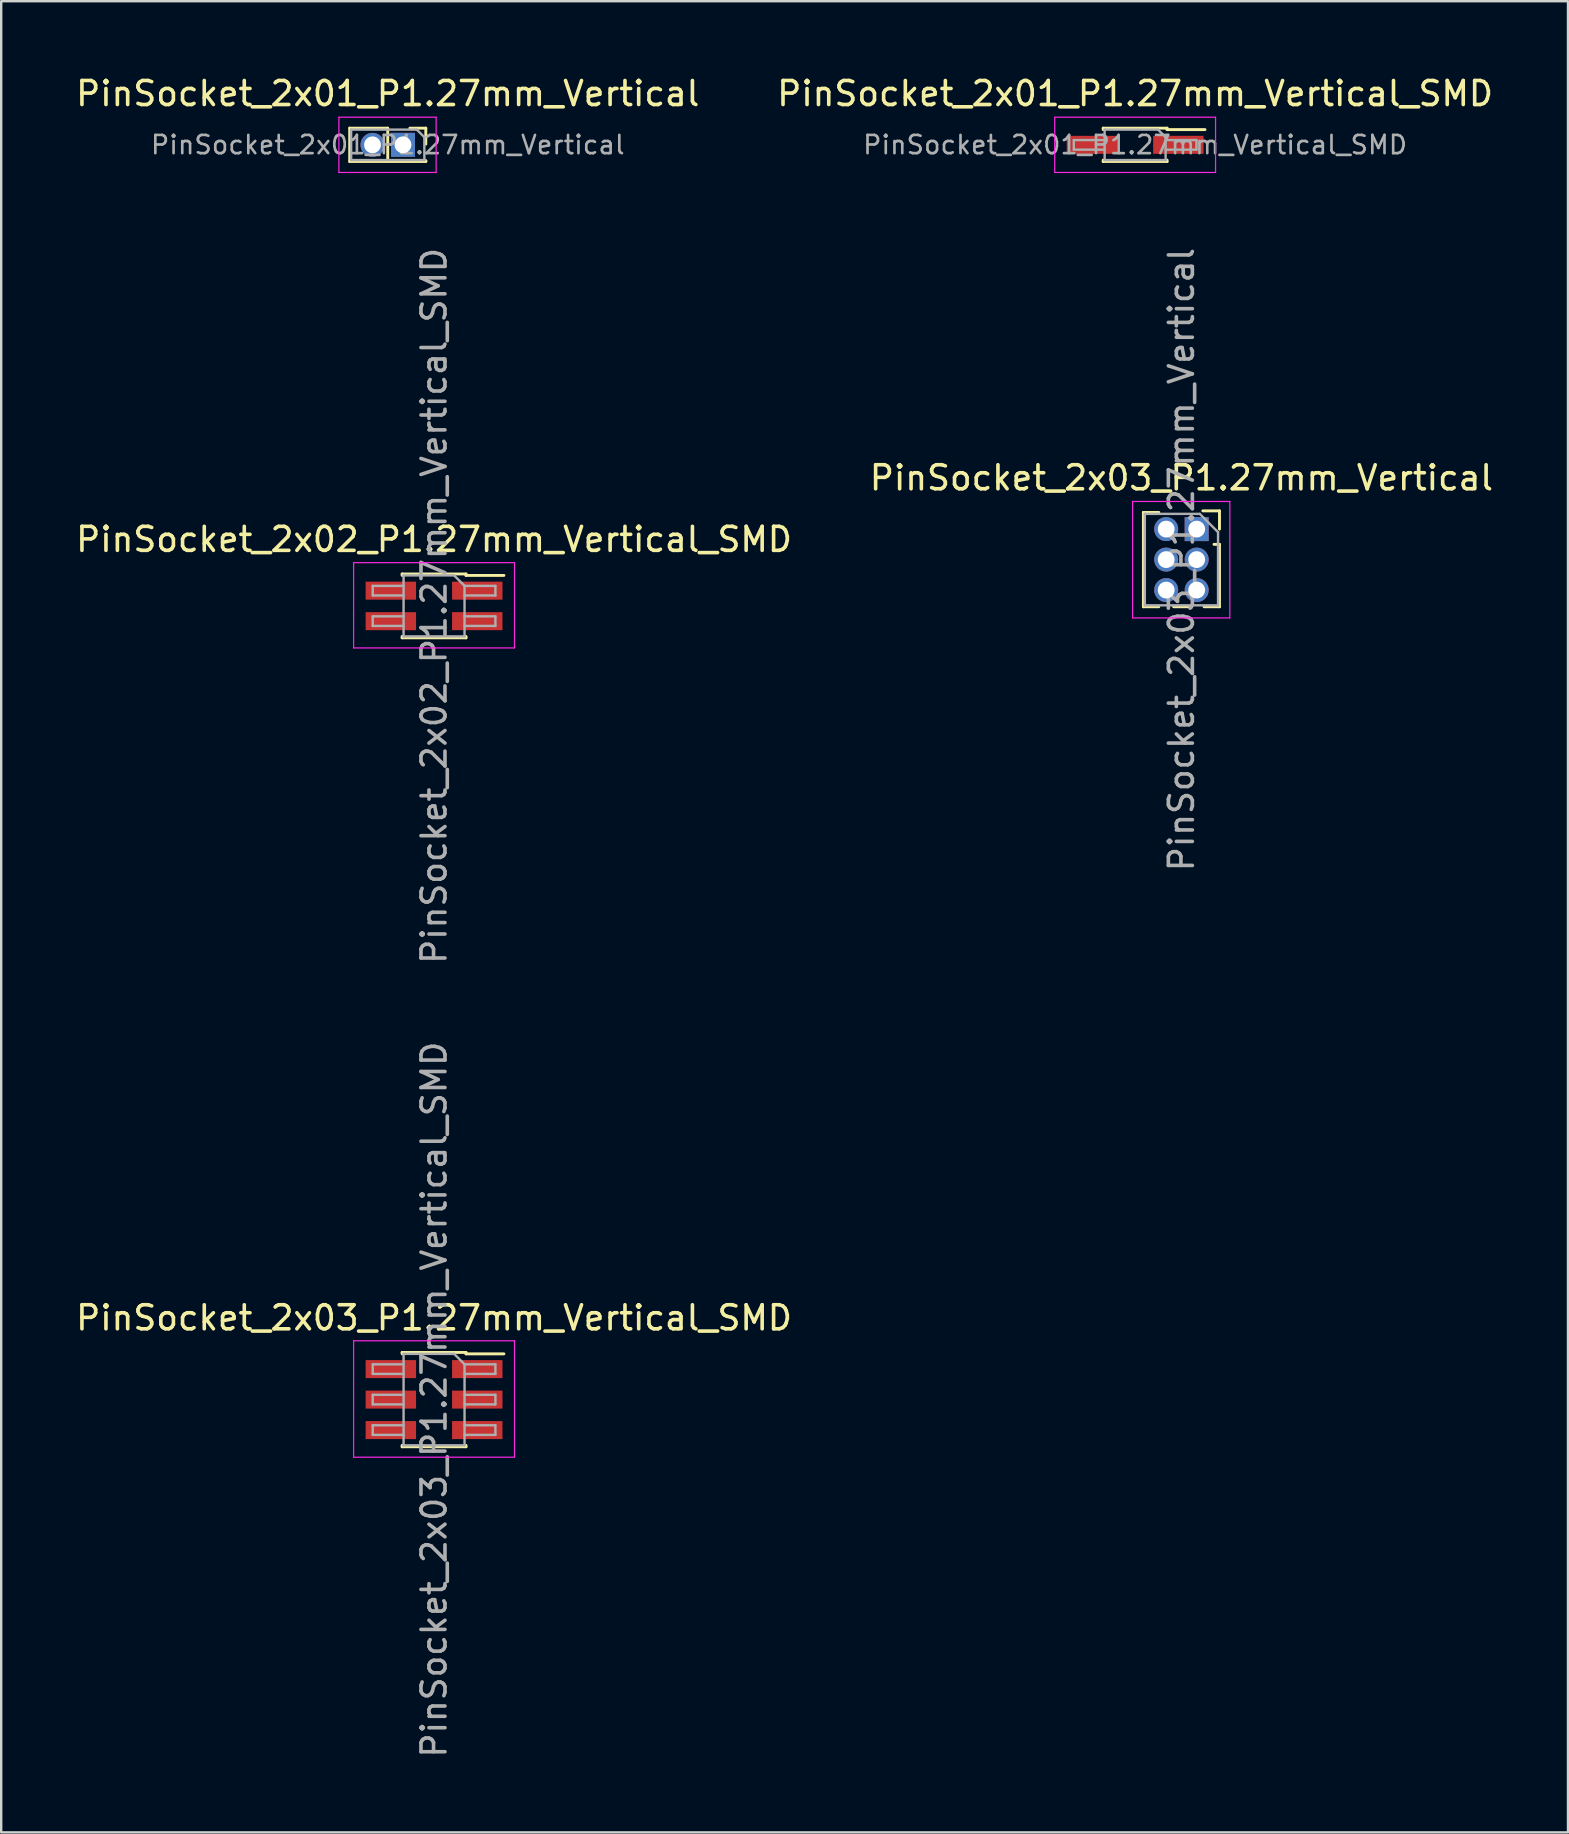
<source format=kicad_pcb>
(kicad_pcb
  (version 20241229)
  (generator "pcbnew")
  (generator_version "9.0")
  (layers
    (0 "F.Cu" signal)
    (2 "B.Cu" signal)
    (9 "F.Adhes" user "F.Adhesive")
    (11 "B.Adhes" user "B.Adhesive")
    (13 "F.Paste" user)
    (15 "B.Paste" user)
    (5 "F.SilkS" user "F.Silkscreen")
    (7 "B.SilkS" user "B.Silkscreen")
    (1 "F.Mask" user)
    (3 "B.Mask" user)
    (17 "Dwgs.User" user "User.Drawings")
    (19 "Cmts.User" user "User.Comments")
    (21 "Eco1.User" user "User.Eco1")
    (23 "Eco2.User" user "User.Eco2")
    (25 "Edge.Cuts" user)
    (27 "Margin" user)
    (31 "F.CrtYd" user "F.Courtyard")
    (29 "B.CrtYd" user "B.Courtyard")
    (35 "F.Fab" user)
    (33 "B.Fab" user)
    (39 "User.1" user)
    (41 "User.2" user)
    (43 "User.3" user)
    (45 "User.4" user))
  (footprint "PinSocket_2x03_P1.27mm_Vertical_SMD"
    (layer "F.Cu")
    (at 15.03 55.248)
    (property "Reference" "PinSocket_2x03_P1.27mm_Vertical_SMD" (at 0 -3.405 0) (layer "F.SilkS") (effects (font (size 1 1) (thickness 0.15))))
    (attr smd)
    (fp_line (start -1.33 -1.965) (end 1.33 -1.965) (stroke (width 0.12) (type solid)) (layer "F.SilkS"))
    (fp_line (start -1.33 -1.905) (end -1.33 -1.965) (stroke (width 0.12) (type solid)) (layer "F.SilkS"))
    (fp_line (start -1.33 1.965) (end -1.33 1.905) (stroke (width 0.12) (type solid)) (layer "F.SilkS"))
    (fp_line (start 1.33 -1.965) (end 1.33 -1.905) (stroke (width 0.12) (type solid)) (layer "F.SilkS"))
    (fp_line (start 1.33 -1.905) (end 2.91 -1.905) (stroke (width 0.12) (type solid)) (layer "F.SilkS"))
    (fp_line (start 1.33 1.905) (end 1.33 1.965) (stroke (width 0.12) (type solid)) (layer "F.SilkS"))
    (fp_line (start 1.33 1.965) (end -1.33 1.965) (stroke (width 0.12) (type solid)) (layer "F.SilkS"))
    (fp_line (start -3.35 -2.45) (end 3.35 -2.45) (stroke (width 0.05) (type solid)) (layer "F.CrtYd"))
    (fp_line (start -3.35 2.4) (end -3.35 -2.45) (stroke (width 0.05) (type solid)) (layer "F.CrtYd"))
    (fp_line (start 3.35 -2.45) (end 3.35 2.4) (stroke (width 0.05) (type solid)) (layer "F.CrtYd"))
    (fp_line (start 3.35 2.4) (end -3.35 2.4) (stroke (width 0.05) (type solid)) (layer "F.CrtYd"))
    (fp_line (start -2.555 -1.47) (end -1.27 -1.47) (stroke (width 0.1) (type solid)) (layer "F.Fab"))
    (fp_line (start -2.555 -1.07) (end -2.555 -1.47) (stroke (width 0.1) (type solid)) (layer "F.Fab"))
    (fp_line (start -2.555 -0.2) (end -1.27 -0.2) (stroke (width 0.1) (type solid)) (layer "F.Fab"))
    (fp_line (start -2.555 0.2) (end -2.555 -0.2) (stroke (width 0.1) (type solid)) (layer "F.Fab"))
    (fp_line (start -2.555 1.07) (end -1.27 1.07) (stroke (width 0.1) (type solid)) (layer "F.Fab"))
    (fp_line (start -2.555 1.47) (end -2.555 1.07) (stroke (width 0.1) (type solid)) (layer "F.Fab"))
    (fp_line (start -1.27 -1.905) (end 0.835 -1.905) (stroke (width 0.1) (type solid)) (layer "F.Fab"))
    (fp_line (start -1.27 -1.07) (end -2.555 -1.07) (stroke (width 0.1) (type solid)) (layer "F.Fab"))
    (fp_line (start -1.27 0.2) (end -2.555 0.2) (stroke (width 0.1) (type solid)) (layer "F.Fab"))
    (fp_line (start -1.27 1.47) (end -2.555 1.47) (stroke (width 0.1) (type solid)) (layer "F.Fab"))
    (fp_line (start -1.27 1.905) (end -1.27 -1.905) (stroke (width 0.1) (type solid)) (layer "F.Fab"))
    (fp_line (start 0.835 -1.905) (end 1.27 -1.47) (stroke (width 0.1) (type solid)) (layer "F.Fab"))
    (fp_line (start 1.27 -1.47) (end 1.27 1.905) (stroke (width 0.1) (type solid)) (layer "F.Fab"))
    (fp_line (start 1.27 -1.47) (end 2.555 -1.47) (stroke (width 0.1) (type solid)) (layer "F.Fab"))
    (fp_line (start 1.27 -0.2) (end 2.555 -0.2) (stroke (width 0.1) (type solid)) (layer "F.Fab"))
    (fp_line (start 1.27 1.07) (end 2.555 1.07) (stroke (width 0.1) (type solid)) (layer "F.Fab"))
    (fp_line (start 1.27 1.905) (end -1.27 1.905) (stroke (width 0.1) (type solid)) (layer "F.Fab"))
    (fp_line (start 2.555 -1.47) (end 2.555 -1.07) (stroke (width 0.1) (type solid)) (layer "F.Fab"))
    (fp_line (start 2.555 -1.07) (end 1.27 -1.07) (stroke (width 0.1) (type solid)) (layer "F.Fab"))
    (fp_line (start 2.555 -0.2) (end 2.555 0.2) (stroke (width 0.1) (type solid)) (layer "F.Fab"))
    (fp_line (start 2.555 0.2) (end 1.27 0.2) (stroke (width 0.1) (type solid)) (layer "F.Fab"))
    (fp_line (start 2.555 1.07) (end 2.555 1.47) (stroke (width 0.1) (type solid)) (layer "F.Fab"))
    (fp_line (start 2.555 1.47) (end 1.27 1.47) (stroke (width 0.1) (type solid)) (layer "F.Fab"))
    (fp_text user "${REFERENCE}" (at 0 0 90) (layer "F.Fab") (effects (font (size 1 1) (thickness 0.15))))
    (pad "1" smd rect (at 1.8 -1.27) (size 2.1 0.75) (layers "F.Cu" "F.Mask" "F.Paste"))
    (pad "2" smd rect (at -1.8 -1.27) (size 2.1 0.75) (layers "F.Cu" "F.Mask" "F.Paste"))
    (pad "3" smd rect (at 1.8 0) (size 2.1 0.75) (layers "F.Cu" "F.Mask" "F.Paste"))
    (pad "4" smd rect (at -1.8 0) (size 2.1 0.75) (layers "F.Cu" "F.Mask" "F.Paste"))
    (pad "5" smd rect (at 1.8 1.27) (size 2.1 0.75) (layers "F.Cu" "F.Mask" "F.Paste"))
    (pad "6" smd rect (at -1.8 1.27) (size 2.1 0.75) (layers "F.Cu" "F.Mask" "F.Paste")))
  (footprint "PinSocket_2x03_P1.27mm_Vertical"
    (layer "F.Cu")
    (at 46.796 18.989)
    (property "Reference" "PinSocket_2x03_P1.27mm_Vertical" (at -0.635 -2.135 0) (layer "F.SilkS") (effects (font (size 1 1) (thickness 0.15))))
    (attr through_hole)
    (fp_line (start -2.22 -0.695) (end -2.22 3.235) (stroke (width 0.12) (type solid)) (layer "F.SilkS"))
    (fp_line (start -2.22 -0.695) (end -1.578 -0.695) (stroke (width 0.12) (type solid)) (layer "F.SilkS"))
    (fp_line (start -2.22 3.235) (end -1.578 3.235) (stroke (width 0.12) (type solid)) (layer "F.SilkS"))
    (fp_line (start -0.962 3.235) (end -0.308 3.235) (stroke (width 0.12) (type solid)) (layer "F.SilkS"))
    (fp_line (start 0.255 -0.76) (end 0.95 -0.76) (stroke (width 0.12) (type solid)) (layer "F.SilkS"))
    (fp_line (start 0.308 3.235) (end 0.95 3.235) (stroke (width 0.12) (type solid)) (layer "F.SilkS"))
    (fp_line (start 0.722 0.635) (end 0.95 0.635) (stroke (width 0.12) (type solid)) (layer "F.SilkS"))
    (fp_line (start 0.95 -0.76) (end 0.95 0) (stroke (width 0.12) (type solid)) (layer "F.SilkS"))
    (fp_line (start 0.95 0.635) (end 0.95 3.235) (stroke (width 0.12) (type solid)) (layer "F.SilkS"))
    (fp_line (start -2.67 -1.15) (end 1.38 -1.15) (stroke (width 0.05) (type solid)) (layer "F.CrtYd"))
    (fp_line (start -2.67 3.7) (end -2.67 -1.15) (stroke (width 0.05) (type solid)) (layer "F.CrtYd"))
    (fp_line (start 1.38 -1.15) (end 1.38 3.7) (stroke (width 0.05) (type solid)) (layer "F.CrtYd"))
    (fp_line (start 1.38 3.7) (end -2.67 3.7) (stroke (width 0.05) (type solid)) (layer "F.CrtYd"))
    (fp_line (start -2.16 -0.635) (end 0.128 -0.635) (stroke (width 0.1) (type solid)) (layer "F.Fab"))
    (fp_line (start -2.16 3.175) (end -2.16 -0.635) (stroke (width 0.1) (type solid)) (layer "F.Fab"))
    (fp_line (start 0.128 -0.635) (end 0.89 0.128) (stroke (width 0.1) (type solid)) (layer "F.Fab"))
    (fp_line (start 0.89 0.128) (end 0.89 3.175) (stroke (width 0.1) (type solid)) (layer "F.Fab"))
    (fp_line (start 0.89 3.175) (end -2.16 3.175) (stroke (width 0.1) (type solid)) (layer "F.Fab"))
    (fp_text user "${REFERENCE}" (at -0.635 1.27 90) (layer "F.Fab") (effects (font (size 1 1) (thickness 0.15))))
    (pad "1" thru_hole rect (at 0 0) (size 1 1) (drill 0.7) (layers "*.Cu" "*.Mask"))
    (pad "2" thru_hole oval (at -1.27 0) (size 1 1) (drill 0.7) (layers "*.Cu" "*.Mask"))
    (pad "3" thru_hole oval (at 0 1.27) (size 1 1) (drill 0.7) (layers "*.Cu" "*.Mask"))
    (pad "4" thru_hole oval (at -1.27 1.27) (size 1 1) (drill 0.7) (layers "*.Cu" "*.Mask"))
    (pad "5" thru_hole oval (at 0 2.54) (size 1 1) (drill 0.7) (layers "*.Cu" "*.Mask"))
    (pad "6" thru_hole oval (at -1.27 2.54) (size 1 1) (drill 0.7) (layers "*.Cu" "*.Mask")))
  (footprint "PinSocket_2x02_P1.27mm_Vertical_SMD"
    (layer "F.Cu")
    (at 15.03 22.188)
    (property "Reference" "PinSocket_2x02_P1.27mm_Vertical_SMD" (at 0 -2.77 0) (layer "F.SilkS") (effects (font (size 1 1) (thickness 0.15))))
    (attr smd)
    (fp_line (start -1.33 -1.33) (end 1.33 -1.33) (stroke (width 0.12) (type solid)) (layer "F.SilkS"))
    (fp_line (start -1.33 -1.27) (end -1.33 -1.33) (stroke (width 0.12) (type solid)) (layer "F.SilkS"))
    (fp_line (start -1.33 1.33) (end -1.33 1.27) (stroke (width 0.12) (type solid)) (layer "F.SilkS"))
    (fp_line (start 1.33 -1.33) (end 1.33 -1.27) (stroke (width 0.12) (type solid)) (layer "F.SilkS"))
    (fp_line (start 1.33 -1.27) (end 2.91 -1.27) (stroke (width 0.12) (type solid)) (layer "F.SilkS"))
    (fp_line (start 1.33 1.27) (end 1.33 1.33) (stroke (width 0.12) (type solid)) (layer "F.SilkS"))
    (fp_line (start 1.33 1.33) (end -1.33 1.33) (stroke (width 0.12) (type solid)) (layer "F.SilkS"))
    (fp_line (start -3.35 -1.8) (end 3.35 -1.8) (stroke (width 0.05) (type solid)) (layer "F.CrtYd"))
    (fp_line (start -3.35 1.75) (end -3.35 -1.8) (stroke (width 0.05) (type solid)) (layer "F.CrtYd"))
    (fp_line (start 3.35 -1.8) (end 3.35 1.75) (stroke (width 0.05) (type solid)) (layer "F.CrtYd"))
    (fp_line (start 3.35 1.75) (end -3.35 1.75) (stroke (width 0.05) (type solid)) (layer "F.CrtYd"))
    (fp_line (start -2.555 -0.835) (end -1.27 -0.835) (stroke (width 0.1) (type solid)) (layer "F.Fab"))
    (fp_line (start -2.555 -0.435) (end -2.555 -0.835) (stroke (width 0.1) (type solid)) (layer "F.Fab"))
    (fp_line (start -2.555 0.435) (end -1.27 0.435) (stroke (width 0.1) (type solid)) (layer "F.Fab"))
    (fp_line (start -2.555 0.835) (end -2.555 0.435) (stroke (width 0.1) (type solid)) (layer "F.Fab"))
    (fp_line (start -1.27 -1.27) (end 0.835 -1.27) (stroke (width 0.1) (type solid)) (layer "F.Fab"))
    (fp_line (start -1.27 -0.435) (end -2.555 -0.435) (stroke (width 0.1) (type solid)) (layer "F.Fab"))
    (fp_line (start -1.27 0.835) (end -2.555 0.835) (stroke (width 0.1) (type solid)) (layer "F.Fab"))
    (fp_line (start -1.27 1.27) (end -1.27 -1.27) (stroke (width 0.1) (type solid)) (layer "F.Fab"))
    (fp_line (start 0.835 -1.27) (end 1.27 -0.835) (stroke (width 0.1) (type solid)) (layer "F.Fab"))
    (fp_line (start 1.27 -0.835) (end 1.27 1.27) (stroke (width 0.1) (type solid)) (layer "F.Fab"))
    (fp_line (start 1.27 -0.835) (end 2.555 -0.835) (stroke (width 0.1) (type solid)) (layer "F.Fab"))
    (fp_line (start 1.27 0.435) (end 2.555 0.435) (stroke (width 0.1) (type solid)) (layer "F.Fab"))
    (fp_line (start 1.27 1.27) (end -1.27 1.27) (stroke (width 0.1) (type solid)) (layer "F.Fab"))
    (fp_line (start 2.555 -0.835) (end 2.555 -0.435) (stroke (width 0.1) (type solid)) (layer "F.Fab"))
    (fp_line (start 2.555 -0.435) (end 1.27 -0.435) (stroke (width 0.1) (type solid)) (layer "F.Fab"))
    (fp_line (start 2.555 0.435) (end 2.555 0.835) (stroke (width 0.1) (type solid)) (layer "F.Fab"))
    (fp_line (start 2.555 0.835) (end 1.27 0.835) (stroke (width 0.1) (type solid)) (layer "F.Fab"))
    (fp_text user "${REFERENCE}" (at 0 0 90) (layer "F.Fab") (effects (font (size 1 1) (thickness 0.15))))
    (pad "1" smd rect (at 1.8 -0.635) (size 2.1 0.75) (layers "F.Cu" "F.Mask" "F.Paste"))
    (pad "2" smd rect (at -1.8 -0.635) (size 2.1 0.75) (layers "F.Cu" "F.Mask" "F.Paste"))
    (pad "3" smd rect (at 1.8 0.635) (size 2.1 0.75) (layers "F.Cu" "F.Mask" "F.Paste"))
    (pad "4" smd rect (at -1.8 0.635) (size 2.1 0.75) (layers "F.Cu" "F.Mask" "F.Paste")))
  (footprint "PinSocket_2x01_P1.27mm_Vertical"
    (layer "F.Cu")
    (at 13.736 2.983)
    (property "Reference" "PinSocket_2x01_P1.27mm_Vertical" (at -0.635 -2.135 0) (layer "F.SilkS") (effects (font (size 1 1) (thickness 0.15))))
    (attr through_hole)
    (fp_line (start -2.22 -0.695) (end -2.22 0.695) (stroke (width 0.12) (type solid)) (layer "F.SilkS"))
    (fp_line (start -2.22 0.695) (end 0.95 0.695) (stroke (width 0.12) (type solid)) (layer "F.SilkS"))
    (fp_line (start -0.635 -0.695) (end -2.22 -0.695) (stroke (width 0.12) (type solid)) (layer "F.SilkS"))
    (fp_line (start -0.635 0.665) (end -0.635 -0.695) (stroke (width 0.12) (type solid)) (layer "F.SilkS"))
    (fp_line (start 0.95 -0.695) (end 0.285 -0.695) (stroke (width 0.12) (type solid)) (layer "F.SilkS"))
    (fp_line (start 0.95 -0.03) (end 0.95 -0.695) (stroke (width 0.12) (type solid)) (layer "F.SilkS"))
    (fp_line (start 0.95 0.665) (end -0.635 0.665) (stroke (width 0.12) (type solid)) (layer "F.SilkS"))
    (fp_line (start 0.95 0.695) (end 0.95 0.665) (stroke (width 0.12) (type solid)) (layer "F.SilkS"))
    (fp_line (start -2.67 -1.15) (end 1.38 -1.15) (stroke (width 0.05) (type solid)) (layer "F.CrtYd"))
    (fp_line (start -2.67 1.15) (end -2.67 -1.15) (stroke (width 0.05) (type solid)) (layer "F.CrtYd"))
    (fp_line (start 1.38 -1.15) (end 1.38 1.15) (stroke (width 0.05) (type solid)) (layer "F.CrtYd"))
    (fp_line (start 1.38 1.15) (end -2.67 1.15) (stroke (width 0.05) (type solid)) (layer "F.CrtYd"))
    (fp_line (start -2.16 -0.635) (end 0.573 -0.635) (stroke (width 0.1) (type solid)) (layer "F.Fab"))
    (fp_line (start -2.16 0.635) (end -2.16 -0.635) (stroke (width 0.1) (type solid)) (layer "F.Fab"))
    (fp_line (start 0.573 -0.635) (end 0.89 -0.318) (stroke (width 0.1) (type solid)) (layer "F.Fab"))
    (fp_line (start 0.89 -0.318) (end 0.89 0.635) (stroke (width 0.1) (type solid)) (layer "F.Fab"))
    (fp_line (start 0.89 0.635) (end -2.16 0.635) (stroke (width 0.1) (type solid)) (layer "F.Fab"))
    (fp_text user "${REFERENCE}" (at -0.635 0 0) (layer "F.Fab") (effects (font (size 0.76 0.76) (thickness 0.11))))
    (pad "1" thru_hole rect (at 0 0) (size 1 1) (drill 0.7) (layers "*.Cu" "*.Mask"))
    (pad "2" thru_hole oval (at -1.27 0) (size 1 1) (drill 0.7) (layers "*.Cu" "*.Mask")))
  (footprint "PinSocket_2x01_P1.27mm_Vertical_SMD"
    (layer "F.Cu")
    (at 44.232 2.983)
    (property "Reference" "PinSocket_2x01_P1.27mm_Vertical_SMD" (at 0 -2.135 0) (layer "F.SilkS") (effects (font (size 1 1) (thickness 0.15))))
    (attr smd)
    (fp_line (start -1.33 -0.695) (end 1.33 -0.695) (stroke (width 0.12) (type solid)) (layer "F.SilkS"))
    (fp_line (start -1.33 -0.635) (end -1.33 -0.695) (stroke (width 0.12) (type solid)) (layer "F.SilkS"))
    (fp_line (start -1.33 0.695) (end -1.33 0.635) (stroke (width 0.12) (type solid)) (layer "F.SilkS"))
    (fp_line (start 1.33 -0.695) (end 1.33 -0.635) (stroke (width 0.12) (type solid)) (layer "F.SilkS"))
    (fp_line (start 1.33 -0.635) (end 2.91 -0.635) (stroke (width 0.12) (type solid)) (layer "F.SilkS"))
    (fp_line (start 1.33 0.635) (end 1.33 0.695) (stroke (width 0.12) (type solid)) (layer "F.SilkS"))
    (fp_line (start 1.33 0.695) (end -1.33 0.695) (stroke (width 0.12) (type solid)) (layer "F.SilkS"))
    (fp_line (start -3.35 -1.15) (end 3.35 -1.15) (stroke (width 0.05) (type solid)) (layer "F.CrtYd"))
    (fp_line (start -3.35 1.15) (end -3.35 -1.15) (stroke (width 0.05) (type solid)) (layer "F.CrtYd"))
    (fp_line (start 3.35 -1.15) (end 3.35 1.15) (stroke (width 0.05) (type solid)) (layer "F.CrtYd"))
    (fp_line (start 3.35 1.15) (end -3.35 1.15) (stroke (width 0.05) (type solid)) (layer "F.CrtYd"))
    (fp_line (start -2.555 -0.2) (end -1.27 -0.2) (stroke (width 0.1) (type solid)) (layer "F.Fab"))
    (fp_line (start -2.555 0.2) (end -2.555 -0.2) (stroke (width 0.1) (type solid)) (layer "F.Fab"))
    (fp_line (start -1.27 -0.635) (end 0.953 -0.635) (stroke (width 0.1) (type solid)) (layer "F.Fab"))
    (fp_line (start -1.27 0.2) (end -2.555 0.2) (stroke (width 0.1) (type solid)) (layer "F.Fab"))
    (fp_line (start -1.27 0.635) (end -1.27 -0.635) (stroke (width 0.1) (type solid)) (layer "F.Fab"))
    (fp_line (start 0.953 -0.635) (end 1.27 -0.318) (stroke (width 0.1) (type solid)) (layer "F.Fab"))
    (fp_line (start 1.27 -0.318) (end 1.27 0.635) (stroke (width 0.1) (type solid)) (layer "F.Fab"))
    (fp_line (start 1.27 -0.2) (end 2.555 -0.2) (stroke (width 0.1) (type solid)) (layer "F.Fab"))
    (fp_line (start 1.27 0.635) (end -1.27 0.635) (stroke (width 0.1) (type solid)) (layer "F.Fab"))
    (fp_line (start 2.555 -0.2) (end 2.555 0.2) (stroke (width 0.1) (type solid)) (layer "F.Fab"))
    (fp_line (start 2.555 0.2) (end 1.27 0.2) (stroke (width 0.1) (type solid)) (layer "F.Fab"))
    (fp_text user "${REFERENCE}" (at 0 0 0) (layer "F.Fab") (effects (font (size 0.76 0.76) (thickness 0.11))))
    (pad "1" smd rect (at 1.8 0) (size 2.1 0.75) (layers "F.Cu" "F.Mask" "F.Paste"))
    (pad "2" smd rect (at -1.8 0) (size 2.1 0.75) (layers "F.Cu" "F.Mask" "F.Paste")))
  (gr_rect
    (start -3 -3)
    (end 62.262 73.277)
    (stroke (width 0.1) (type default))
    (fill no)
    (layer "Edge.Cuts")))
</source>
